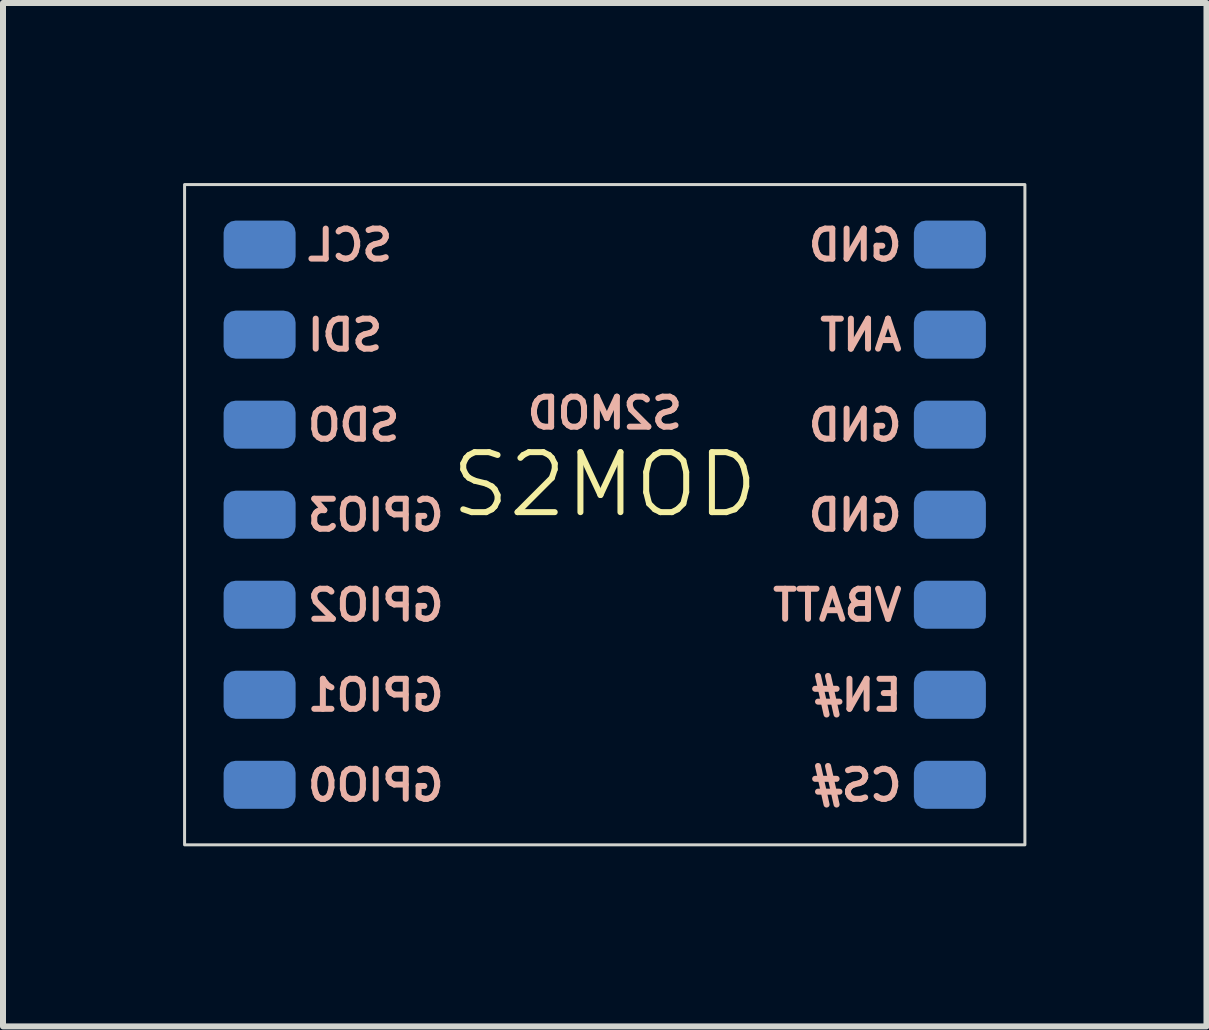
<source format=kicad_pcb>
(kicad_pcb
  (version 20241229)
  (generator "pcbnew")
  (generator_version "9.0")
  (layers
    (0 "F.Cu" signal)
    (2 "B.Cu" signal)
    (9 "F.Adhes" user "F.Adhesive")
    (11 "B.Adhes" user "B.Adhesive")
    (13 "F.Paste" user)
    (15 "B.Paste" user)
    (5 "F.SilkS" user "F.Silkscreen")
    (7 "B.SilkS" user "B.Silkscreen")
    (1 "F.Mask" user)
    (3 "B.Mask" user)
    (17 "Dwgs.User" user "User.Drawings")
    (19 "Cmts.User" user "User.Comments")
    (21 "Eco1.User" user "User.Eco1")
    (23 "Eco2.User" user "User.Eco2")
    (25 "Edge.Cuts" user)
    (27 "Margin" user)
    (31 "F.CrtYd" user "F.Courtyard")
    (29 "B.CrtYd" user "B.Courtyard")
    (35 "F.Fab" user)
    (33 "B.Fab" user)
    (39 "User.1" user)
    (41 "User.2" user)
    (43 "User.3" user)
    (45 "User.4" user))
  (footprint "S2MOD"
    (layer "F.Cu")
    (at 7.025 5.525)
    (property "Reference" "S2MOD" (at 0 -0.5 0) (unlocked yes) (layer "F.SilkS") (effects (font (size 1 1) (thickness 0.1))))
    (attr smd)
    (fp_rect (start -7 -5.5) (end 7 5.5) (stroke (width 0.05) (type default)) (fill no) (layer "Edge.Cuts"))
    (fp_text user "VBATT" (at 5 1.8 0) (unlocked yes) (layer "B.SilkS") (effects (font (size 0.5 0.5) (thickness 0.1)) (justify left bottom mirror)))
    (fp_text user "S2MOD" (at 0 -1.4 0) (unlocked yes) (layer "B.SilkS") (effects (font (size 0.5 0.5) (thickness 0.1)) (justify bottom mirror)))
    (fp_text user "GND" (at 5 0.3 0) (unlocked yes) (layer "B.SilkS") (effects (font (size 0.5 0.5) (thickness 0.1)) (justify left bottom mirror)))
    (fp_text user "EN#" (at 5 3.3 0) (unlocked yes) (layer "B.SilkS") (effects (font (size 0.5 0.5) (thickness 0.1)) (justify left bottom mirror)))
    (fp_text user "SDO" (at -5 -1.2 0) (unlocked yes) (layer "B.SilkS") (effects (font (size 0.5 0.5) (thickness 0.1)) (justify right bottom mirror)))
    (fp_text user "GPIO2" (at -5 1.8 0) (unlocked yes) (layer "B.SilkS") (effects (font (size 0.5 0.5) (thickness 0.1)) (justify right bottom mirror)))
    (fp_text user "GND" (at 5 -1.2 0) (unlocked yes) (layer "B.SilkS") (effects (font (size 0.5 0.5) (thickness 0.1)) (justify left bottom mirror)))
    (fp_text user "ANT" (at 5 -2.7 0) (unlocked yes) (layer "B.SilkS") (effects (font (size 0.5 0.5) (thickness 0.1)) (justify left bottom mirror)))
    (fp_text user "GND" (at 5 -4.2 0) (unlocked yes) (layer "B.SilkS") (effects (font (size 0.5 0.5) (thickness 0.1)) (justify left bottom mirror)))
    (fp_text user "GPIO0" (at -5 4.8 0) (unlocked yes) (layer "B.SilkS") (effects (font (size 0.5 0.5) (thickness 0.1)) (justify right bottom mirror)))
    (fp_text user "SDI" (at -5 -2.7 0) (unlocked yes) (layer "B.SilkS") (effects (font (size 0.5 0.5) (thickness 0.1)) (justify right bottom mirror)))
    (fp_text user "SCL" (at -5 -4.2 0) (unlocked yes) (layer "B.SilkS") (effects (font (size 0.5 0.5) (thickness 0.1)) (justify right bottom mirror)))
    (fp_text user "CS#" (at 5 4.8 0) (unlocked yes) (layer "B.SilkS") (effects (font (size 0.5 0.5) (thickness 0.1)) (justify left bottom mirror)))
    (fp_text user "GPIO1" (at -5 3.3 0) (unlocked yes) (layer "B.SilkS") (effects (font (size 0.5 0.5) (thickness 0.1)) (justify right bottom mirror)))
    (fp_text user "GPIO3" (at -5 0.3 0) (unlocked yes) (layer "B.SilkS") (effects (font (size 0.5 0.5) (thickness 0.1)) (justify right bottom mirror)))
    (pad "1" smd roundrect (at -5.75 -4.5) (size 1.2 0.8) (layers "B.Cu" "B.Mask") (roundrect_rratio 0.25))
    (pad "2" smd roundrect (at -5.75 -3) (size 1.2 0.8) (layers "B.Cu" "B.Mask") (roundrect_rratio 0.25))
    (pad "3" smd roundrect (at -5.75 -1.5) (size 1.2 0.8) (layers "B.Cu" "B.Mask") (roundrect_rratio 0.25))
    (pad "4" smd roundrect (at -5.75 0) (size 1.2 0.8) (layers "B.Cu" "B.Mask") (roundrect_rratio 0.25))
    (pad "5" smd roundrect (at -5.75 1.5) (size 1.2 0.8) (layers "B.Cu" "B.Mask") (roundrect_rratio 0.25))
    (pad "6" smd roundrect (at -5.75 3) (size 1.2 0.8) (layers "B.Cu" "B.Mask") (roundrect_rratio 0.25))
    (pad "7" smd roundrect (at -5.75 4.5) (size 1.2 0.8) (layers "B.Cu" "B.Mask") (roundrect_rratio 0.25))
    (pad "8" smd roundrect (at 5.75 4.5) (size 1.2 0.8) (layers "B.Cu" "B.Mask") (roundrect_rratio 0.25))
    (pad "9" smd roundrect (at 5.75 3) (size 1.2 0.8) (layers "B.Cu" "B.Mask") (roundrect_rratio 0.25))
    (pad "10" smd roundrect (at 5.75 1.5) (size 1.2 0.8) (layers "B.Cu" "B.Mask") (roundrect_rratio 0.25))
    (pad "11" smd roundrect (at 5.75 0) (size 1.2 0.8) (layers "B.Cu" "B.Mask") (roundrect_rratio 0.25))
    (pad "12" smd roundrect (at 5.75 -1.5) (size 1.2 0.8) (layers "B.Cu" "B.Mask") (roundrect_rratio 0.25))
    (pad "13" smd roundrect (at 5.75 -3) (size 1.2 0.8) (layers "B.Cu" "B.Mask") (roundrect_rratio 0.25))
    (pad "14" smd roundrect (at 5.75 -4.5) (size 1.2 0.8) (layers "B.Cu" "B.Mask") (roundrect_rratio 0.25)))
  (gr_rect
    (start -3 -3)
    (end 17.05 14.05)
    (stroke (width 0.1) (type default))
    (fill no)
    (layer "Edge.Cuts")))
</source>
